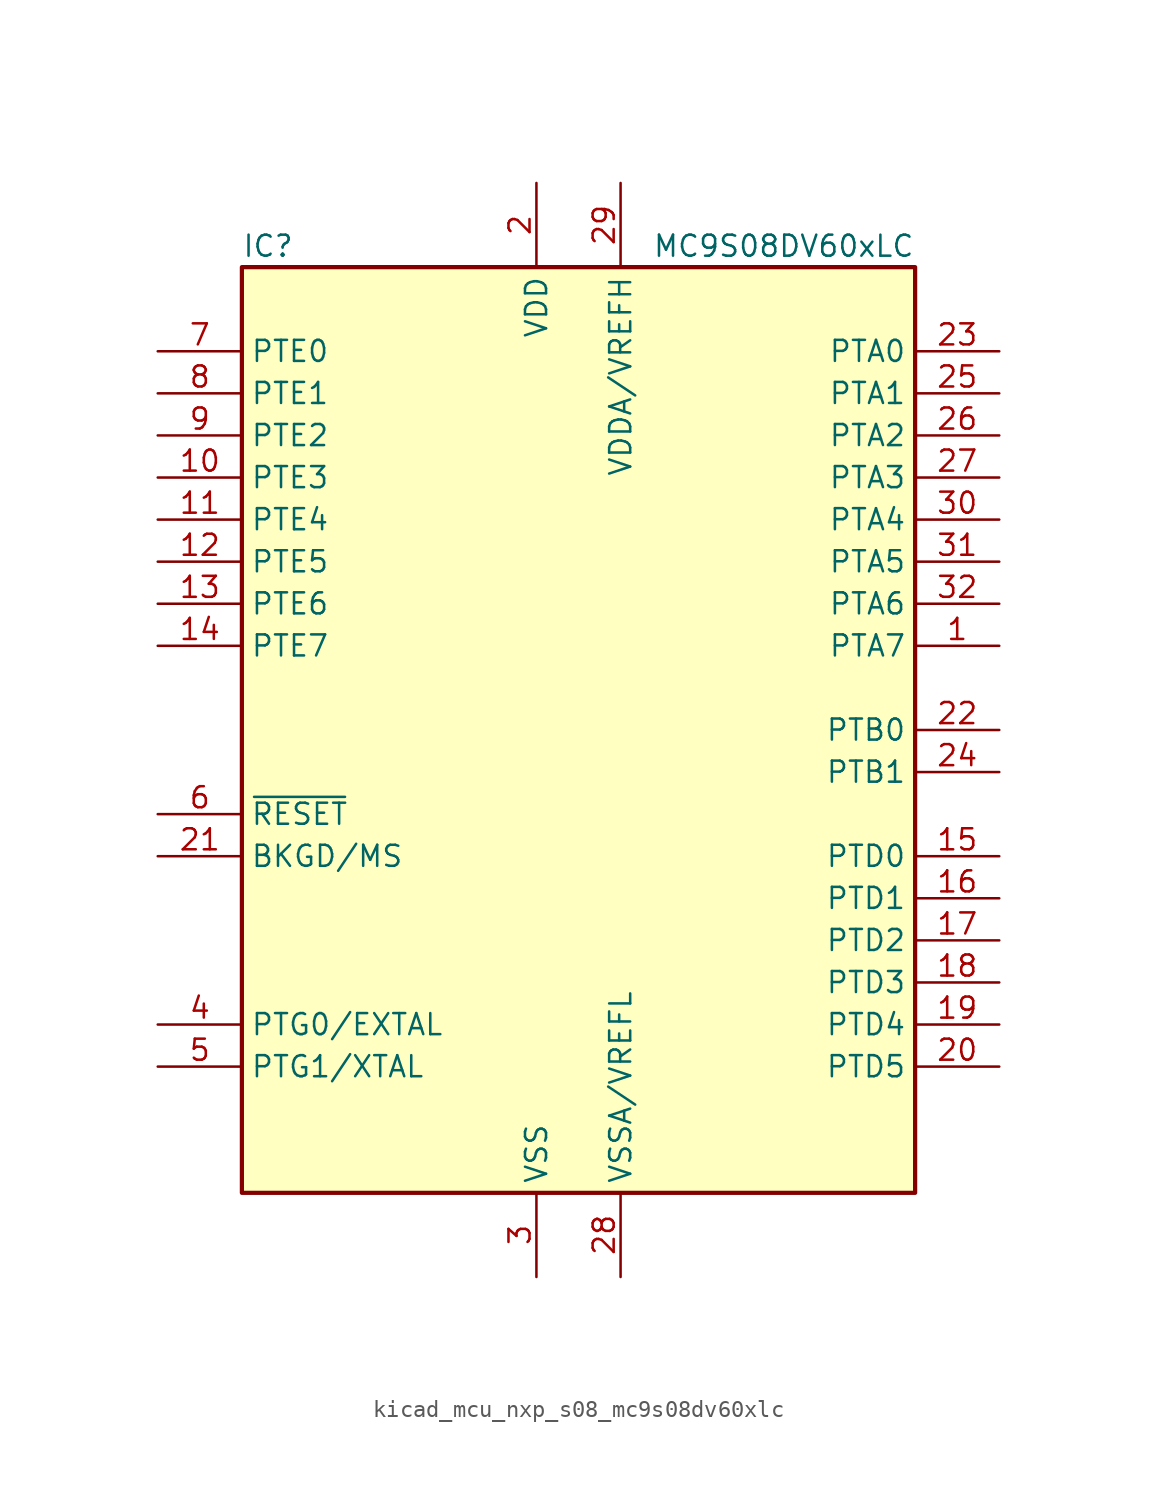
<source format=kicad_sym>
(kicad_symbol_lib
  (version 20220914)
  (generator kicad_symbol_editor)
  (symbol "kicad_mcu_nxp_s08_mc9s08dv60xlc"
    (property "Reference" "IC"
      (at -20.32 29.21 0)
      (effects (font (size 1.27 1.27)) (justify left)))
    (property "Value" "MC9S08DV60xLC"
      (at 20.32 29.21 0)
      (effects (font (size 1.27 1.27)) (justify right)))
    (symbol "kicad_mcu_nxp_s08_mc9s08dv60xlc_0_1"
      (rectangle (start -20.32 27.94) (end 20.32 -27.94) (stroke (width 0.254) (type default)) (fill (type background))))
    (symbol "kicad_mcu_nxp_s08_mc9s08dv60xlc_1_1"
      (pin bidirectional line (at 25.4 5.08 180) (length 5.08) (name "PTA7" (effects (font (size 1.27 1.27)))) (number "1" (effects (font (size 1.27 1.27)))))
      (pin bidirectional line (at -25.4 15.24 0) (length 5.08) (name "PTE3" (effects (font (size 1.27 1.27)))) (number "10" (effects (font (size 1.27 1.27)))))
      (pin bidirectional line (at -25.4 12.7 0) (length 5.08) (name "PTE4" (effects (font (size 1.27 1.27)))) (number "11" (effects (font (size 1.27 1.27)))))
      (pin bidirectional line (at -25.4 10.16 0) (length 5.08) (name "PTE5" (effects (font (size 1.27 1.27)))) (number "12" (effects (font (size 1.27 1.27)))))
      (pin bidirectional line (at -25.4 7.62 0) (length 5.08) (name "PTE6" (effects (font (size 1.27 1.27)))) (number "13" (effects (font (size 1.27 1.27)))))
      (pin bidirectional line (at -25.4 5.08 0) (length 5.08) (name "PTE7" (effects (font (size 1.27 1.27)))) (number "14" (effects (font (size 1.27 1.27)))))
      (pin bidirectional line (at 25.4 -7.62 180) (length 5.08) (name "PTD0" (effects (font (size 1.27 1.27)))) (number "15" (effects (font (size 1.27 1.27)))))
      (pin bidirectional line (at 25.4 -10.16 180) (length 5.08) (name "PTD1" (effects (font (size 1.27 1.27)))) (number "16" (effects (font (size 1.27 1.27)))))
      (pin bidirectional line (at 25.4 -12.7 180) (length 5.08) (name "PTD2" (effects (font (size 1.27 1.27)))) (number "17" (effects (font (size 1.27 1.27)))))
      (pin bidirectional line (at 25.4 -15.24 180) (length 5.08) (name "PTD3" (effects (font (size 1.27 1.27)))) (number "18" (effects (font (size 1.27 1.27)))))
      (pin bidirectional line (at 25.4 -17.78 180) (length 5.08) (name "PTD4" (effects (font (size 1.27 1.27)))) (number "19" (effects (font (size 1.27 1.27)))))
      (pin power_in line (at -2.54 33.02 270) (length 5.08) (name "VDD" (effects (font (size 1.27 1.27)))) (number "2" (effects (font (size 1.27 1.27)))))
      (pin bidirectional line (at 25.4 -20.32 180) (length 5.08) (name "PTD5" (effects (font (size 1.27 1.27)))) (number "20" (effects (font (size 1.27 1.27)))))
      (pin bidirectional line (at -25.4 -7.62 0) (length 5.08) (name "BKGD/MS" (effects (font (size 1.27 1.27)))) (number "21" (effects (font (size 1.27 1.27)))))
      (pin bidirectional line (at 25.4 0 180) (length 5.08) (name "PTB0" (effects (font (size 1.27 1.27)))) (number "22" (effects (font (size 1.27 1.27)))))
      (pin bidirectional line (at 25.4 22.86 180) (length 5.08) (name "PTA0" (effects (font (size 1.27 1.27)))) (number "23" (effects (font (size 1.27 1.27)))))
      (pin bidirectional line (at 25.4 -2.54 180) (length 5.08) (name "PTB1" (effects (font (size 1.27 1.27)))) (number "24" (effects (font (size 1.27 1.27)))))
      (pin bidirectional line (at 25.4 20.32 180) (length 5.08) (name "PTA1" (effects (font (size 1.27 1.27)))) (number "25" (effects (font (size 1.27 1.27)))))
      (pin bidirectional line (at 25.4 17.78 180) (length 5.08) (name "PTA2" (effects (font (size 1.27 1.27)))) (number "26" (effects (font (size 1.27 1.27)))))
      (pin bidirectional line (at 25.4 15.24 180) (length 5.08) (name "PTA3" (effects (font (size 1.27 1.27)))) (number "27" (effects (font (size 1.27 1.27)))))
      (pin power_in line (at 2.54 -33.02 90) (length 5.08) (name "VSSA/VREFL" (effects (font (size 1.27 1.27)))) (number "28" (effects (font (size 1.27 1.27)))))
      (pin power_in line (at 2.54 33.02 270) (length 5.08) (name "VDDA/VREFH" (effects (font (size 1.27 1.27)))) (number "29" (effects (font (size 1.27 1.27)))))
      (pin power_in line (at -2.54 -33.02 90) (length 5.08) (name "VSS" (effects (font (size 1.27 1.27)))) (number "3" (effects (font (size 1.27 1.27)))))
      (pin bidirectional line (at 25.4 12.7 180) (length 5.08) (name "PTA4" (effects (font (size 1.27 1.27)))) (number "30" (effects (font (size 1.27 1.27)))))
      (pin bidirectional line (at 25.4 10.16 180) (length 5.08) (name "PTA5" (effects (font (size 1.27 1.27)))) (number "31" (effects (font (size 1.27 1.27)))))
      (pin bidirectional line (at 25.4 7.62 180) (length 5.08) (name "PTA6" (effects (font (size 1.27 1.27)))) (number "32" (effects (font (size 1.27 1.27)))))
      (pin bidirectional line (at -25.4 -17.78 0) (length 5.08) (name "PTG0/EXTAL" (effects (font (size 1.27 1.27)))) (number "4" (effects (font (size 1.27 1.27)))))
      (pin bidirectional line (at -25.4 -20.32 0) (length 5.08) (name "PTG1/XTAL" (effects (font (size 1.27 1.27)))) (number "5" (effects (font (size 1.27 1.27)))))
      (pin input line (at -25.4 -5.08 0) (length 5.08) (name "~{RESET}" (effects (font (size 1.27 1.27)))) (number "6" (effects (font (size 1.27 1.27)))))
      (pin bidirectional line (at -25.4 22.86 0) (length 5.08) (name "PTE0" (effects (font (size 1.27 1.27)))) (number "7" (effects (font (size 1.27 1.27)))))
      (pin bidirectional line (at -25.4 20.32 0) (length 5.08) (name "PTE1" (effects (font (size 1.27 1.27)))) (number "8" (effects (font (size 1.27 1.27)))))
      (pin bidirectional line (at -25.4 17.78 0) (length 5.08) (name "PTE2" (effects (font (size 1.27 1.27)))) (number "9" (effects (font (size 1.27 1.27))))))))
</source>
